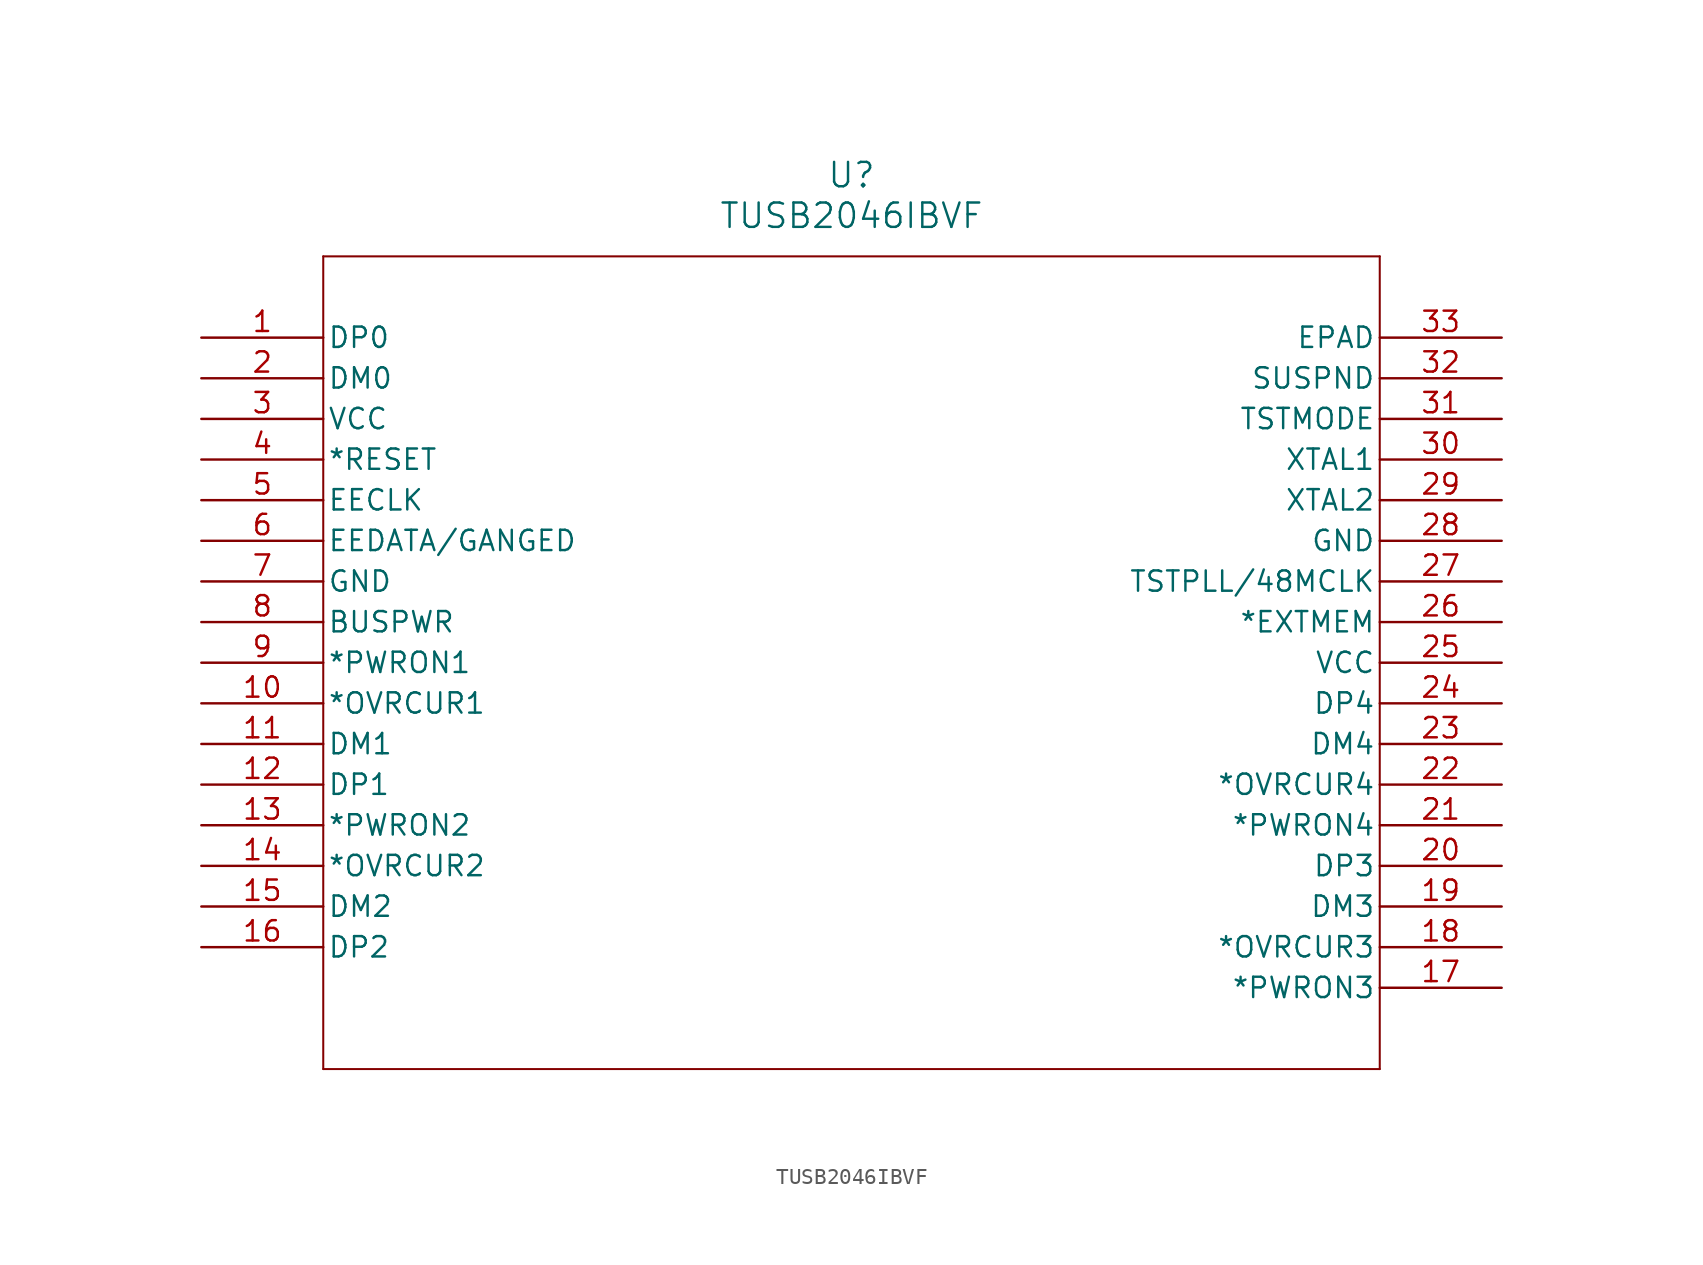
<source format=kicad_sym>
(kicad_symbol_lib
  (version 20220914)
  (generator kicad_symbol_editor)
  (symbol "TUSB2046IBVF"
    (pin_names
      (offset 0.254))
    (property "Reference" "U"
      (at 40.64 10.16 0)
      (effects (font (size 1.524 1.524))))
    (property "Value" "TUSB2046IBVF"
      (at 40.64 7.62 0)
      (effects (font (size 1.524 1.524))))
    (symbol "TUSB2046IBVF_0_1"
      (polyline (pts (xy 7.62 -45.72) (xy 73.66 -45.72)) (stroke (width 0.127) (type default)) (fill (type none)))
      (polyline (pts (xy 7.62 5.08) (xy 7.62 -45.72)) (stroke (width 0.127) (type default)) (fill (type none)))
      (polyline (pts (xy 73.66 -45.72) (xy 73.66 5.08)) (stroke (width 0.127) (type default)) (fill (type none)))
      (polyline (pts (xy 73.66 5.08) (xy 7.62 5.08)) (stroke (width 0.127) (type default)) (fill (type none)))
      (pin bidirectional line (at 0 0 0) (length 7.62) (name "DP0" (effects (font (size 1.27 1.27)))) (number "1" (effects (font (size 1.27 1.27)))))
      (pin output line (at 0 -22.86 0) (length 7.62) (name "*OVRCUR1" (effects (font (size 1.27 1.27)))) (number "10" (effects (font (size 1.27 1.27)))))
      (pin bidirectional line (at 0 -25.4 0) (length 7.62) (name "DM1" (effects (font (size 1.27 1.27)))) (number "11" (effects (font (size 1.27 1.27)))))
      (pin bidirectional line (at 0 -27.94 0) (length 7.62) (name "DP1" (effects (font (size 1.27 1.27)))) (number "12" (effects (font (size 1.27 1.27)))))
      (pin output line (at 0 -30.48 0) (length 7.62) (name "*PWRON2" (effects (font (size 1.27 1.27)))) (number "13" (effects (font (size 1.27 1.27)))))
      (pin output line (at 0 -33.02 0) (length 7.62) (name "*OVRCUR2" (effects (font (size 1.27 1.27)))) (number "14" (effects (font (size 1.27 1.27)))))
      (pin bidirectional line (at 0 -35.56 0) (length 7.62) (name "DM2" (effects (font (size 1.27 1.27)))) (number "15" (effects (font (size 1.27 1.27)))))
      (pin bidirectional line (at 0 -38.1 0) (length 7.62) (name "DP2" (effects (font (size 1.27 1.27)))) (number "16" (effects (font (size 1.27 1.27)))))
      (pin output line (at 81.28 -40.64 180) (length 7.62) (name "*PWRON3" (effects (font (size 1.27 1.27)))) (number "17" (effects (font (size 1.27 1.27)))))
      (pin output line (at 81.28 -38.1 180) (length 7.62) (name "*OVRCUR3" (effects (font (size 1.27 1.27)))) (number "18" (effects (font (size 1.27 1.27)))))
      (pin bidirectional line (at 81.28 -35.56 180) (length 7.62) (name "DM3" (effects (font (size 1.27 1.27)))) (number "19" (effects (font (size 1.27 1.27)))))
      (pin bidirectional line (at 0 -2.54 0) (length 7.62) (name "DM0" (effects (font (size 1.27 1.27)))) (number "2" (effects (font (size 1.27 1.27)))))
      (pin bidirectional line (at 81.28 -33.02 180) (length 7.62) (name "DP3" (effects (font (size 1.27 1.27)))) (number "20" (effects (font (size 1.27 1.27)))))
      (pin output line (at 81.28 -30.48 180) (length 7.62) (name "*PWRON4" (effects (font (size 1.27 1.27)))) (number "21" (effects (font (size 1.27 1.27)))))
      (pin input line (at 81.28 -27.94 180) (length 7.62) (name "*OVRCUR4" (effects (font (size 1.27 1.27)))) (number "22" (effects (font (size 1.27 1.27)))))
      (pin bidirectional line (at 81.28 -25.4 180) (length 7.62) (name "DM4" (effects (font (size 1.27 1.27)))) (number "23" (effects (font (size 1.27 1.27)))))
      (pin bidirectional line (at 81.28 -22.86 180) (length 7.62) (name "DP4" (effects (font (size 1.27 1.27)))) (number "24" (effects (font (size 1.27 1.27)))))
      (pin power_in line (at 81.28 -20.32 180) (length 7.62) (name "VCC" (effects (font (size 1.27 1.27)))) (number "25" (effects (font (size 1.27 1.27)))))
      (pin input line (at 81.28 -17.78 180) (length 7.62) (name "*EXTMEM" (effects (font (size 1.27 1.27)))) (number "26" (effects (font (size 1.27 1.27)))))
      (pin passive line (at 81.28 -15.24 180) (length 7.62) (name "TSTPLL/48MCLK" (effects (font (size 1.27 1.27)))) (number "27" (effects (font (size 1.27 1.27)))))
      (pin power_in line (at 81.28 -12.7 180) (length 7.62) (name "GND" (effects (font (size 1.27 1.27)))) (number "28" (effects (font (size 1.27 1.27)))))
      (pin output line (at 81.28 -10.16 180) (length 7.62) (name "XTAL2" (effects (font (size 1.27 1.27)))) (number "29" (effects (font (size 1.27 1.27)))))
      (pin power_in line (at 0 -5.08 0) (length 7.62) (name "VCC" (effects (font (size 1.27 1.27)))) (number "3" (effects (font (size 1.27 1.27)))))
      (pin input line (at 81.28 -7.62 180) (length 7.62) (name "XTAL1" (effects (font (size 1.27 1.27)))) (number "30" (effects (font (size 1.27 1.27)))))
      (pin unspecified line (at 81.28 -5.08 180) (length 7.62) (name "TSTMODE" (effects (font (size 1.27 1.27)))) (number "31" (effects (font (size 1.27 1.27)))))
      (pin output line (at 81.28 -2.54 180) (length 7.62) (name "SUSPND" (effects (font (size 1.27 1.27)))) (number "32" (effects (font (size 1.27 1.27)))))
      (pin passive line (at 81.28 0 180) (length 7.62) (name "EPAD" (effects (font (size 1.27 1.27)))) (number "33" (effects (font (size 1.27 1.27)))))
      (pin input line (at 0 -7.62 0) (length 7.62) (name "*RESET" (effects (font (size 1.27 1.27)))) (number "4" (effects (font (size 1.27 1.27)))))
      (pin output line (at 0 -10.16 0) (length 7.62) (name "EECLK" (effects (font (size 1.27 1.27)))) (number "5" (effects (font (size 1.27 1.27)))))
      (pin bidirectional line (at 0 -12.7 0) (length 7.62) (name "EEDATA/GANGED" (effects (font (size 1.27 1.27)))) (number "6" (effects (font (size 1.27 1.27)))))
      (pin power_in line (at 0 -15.24 0) (length 7.62) (name "GND" (effects (font (size 1.27 1.27)))) (number "7" (effects (font (size 1.27 1.27)))))
      (pin input line (at 0 -17.78 0) (length 7.62) (name "BUSPWR" (effects (font (size 1.27 1.27)))) (number "8" (effects (font (size 1.27 1.27)))))
      (pin output line (at 0 -20.32 0) (length 7.62) (name "*PWRON1" (effects (font (size 1.27 1.27)))) (number "9" (effects (font (size 1.27 1.27))))))))
</source>
